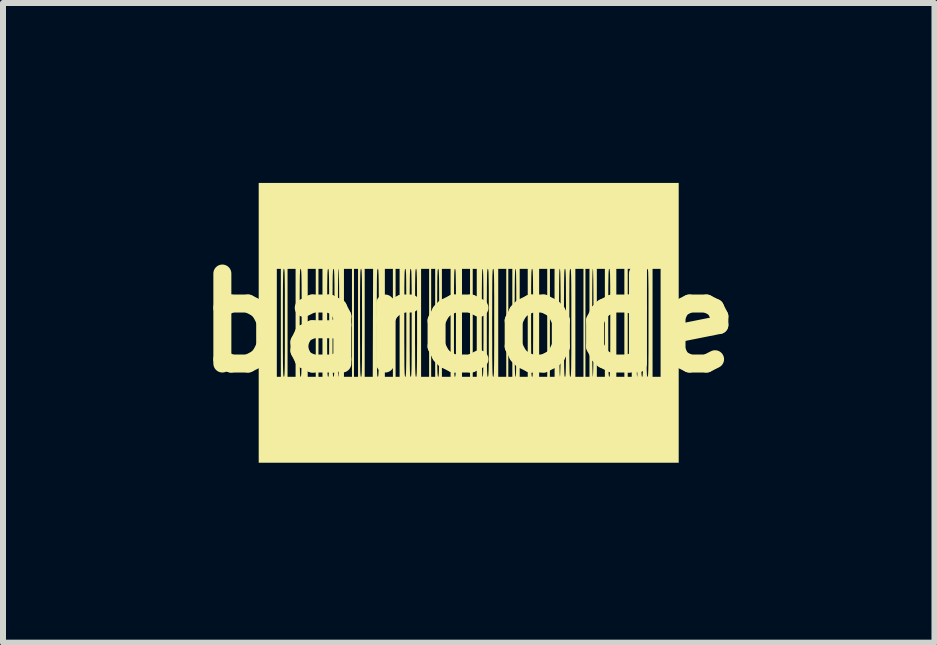
<source format=kicad_pcb>
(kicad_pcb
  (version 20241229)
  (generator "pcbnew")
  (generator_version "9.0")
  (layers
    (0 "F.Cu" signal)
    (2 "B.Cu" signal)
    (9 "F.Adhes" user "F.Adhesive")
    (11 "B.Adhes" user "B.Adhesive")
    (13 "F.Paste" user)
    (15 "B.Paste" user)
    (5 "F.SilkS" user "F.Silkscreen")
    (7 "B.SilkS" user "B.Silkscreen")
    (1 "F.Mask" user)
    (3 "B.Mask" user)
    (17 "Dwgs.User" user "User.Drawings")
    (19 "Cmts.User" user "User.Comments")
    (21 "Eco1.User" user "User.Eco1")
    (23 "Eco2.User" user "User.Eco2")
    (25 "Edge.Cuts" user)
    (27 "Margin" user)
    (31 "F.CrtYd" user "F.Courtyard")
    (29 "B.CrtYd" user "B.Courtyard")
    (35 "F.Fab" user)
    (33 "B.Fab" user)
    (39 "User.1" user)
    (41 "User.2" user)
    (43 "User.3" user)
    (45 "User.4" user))
  (footprint "barcode"
    (layer "F.Cu")
    (at 4.764 2.332)
    (property "Reference" "barcode" (at 0 0 0) (layer "F.SilkS") (effects (font (size 1.5 1.5) (thickness 0.3))))
    (attr board_only exclude_from_pos_files exclude_from_bom)
    (fp_poly (pts (xy 3.501 0) (xy 3.501 2.332) (xy -0.000001 2.332) (xy -3.501 2.332) (xy -3.501 0) (xy -3.199 0) (xy -3.199 0.9) (xy -3.165 0.9) (xy -3.132 0.9) (xy -3.132 0) (xy -3.098 0) (xy -3.098 0.164) (xy -3.098 0.308) (xy -3.098 0.432) (xy -3.097 0.538) (xy -3.097 0.627) (xy -3.096 0.7) (xy -3.095 0.759) (xy -3.094 0.806) (xy -3.092 0.842) (xy -3.091 0.868) (xy -3.088 0.885) (xy -3.086 0.895) (xy -3.083 0.9) (xy -3.081 0.9) (xy -3.078 0.898) (xy -3.076 0.891) (xy -3.073 0.878) (xy -3.071 0.857) (xy -3.07 0.828) (xy -3.068 0.787) (xy -3.067 0.735) (xy -3.066 0.669) (xy -3.066 0.589) (xy -3.065 0.493) (xy -3.065 0.38) (xy -3.065 0.247) (xy -3.065 0.095) (xy -3.065 0) (xy -3.02 0) (xy -3.02 0.9) (xy -2.953 0.9) (xy -2.886 0.9) (xy -2.886 0) (xy -2.818 0) (xy -2.818 0.164) (xy -2.818 0.308) (xy -2.818 0.432) (xy -2.818 0.538) (xy -2.817 0.627) (xy -2.816 0.7) (xy -2.815 0.759) (xy -2.814 0.806) (xy -2.813 0.842) (xy -2.811 0.868) (xy -2.809 0.885) (xy -2.806 0.895) (xy -2.803 0.9) (xy -2.802 0.9) (xy -2.799 0.898) (xy -2.796 0.891) (xy -2.794 0.878) (xy -2.792 0.857) (xy -2.79 0.828) (xy -2.789 0.787) (xy -2.788 0.735) (xy -2.787 0.669) (xy -2.786 0.589) (xy -2.786 0.493) (xy -2.785 0.38) (xy -2.785 0.247) (xy -2.785 0.095) (xy -2.785 0) (xy -2.684 0) (xy -2.684 0.9) (xy -2.617 0.9) (xy -2.55 0.9) (xy -2.55 0) (xy -2.505 0) (xy -2.505 0.9) (xy -2.472 0.9) (xy -2.438 0.9) (xy -2.438 0) (xy -2.36 0) (xy -2.36 0.164) (xy -2.36 0.308) (xy -2.36 0.432) (xy -2.359 0.538) (xy -2.359 0.627) (xy -2.358 0.7) (xy -2.357 0.759) (xy -2.356 0.806) (xy -2.354 0.842) (xy -2.352 0.868) (xy -2.35 0.885) (xy -2.348 0.895) (xy -2.345 0.9) (xy -2.343 0.9) (xy -2.34 0.898) (xy -2.337 0.891) (xy -2.335 0.878) (xy -2.333 0.857) (xy -2.331 0.828) (xy -2.33 0.787) (xy -2.329 0.735) (xy -2.328 0.669) (xy -2.327 0.589) (xy -2.327 0.493) (xy -2.327 0.38) (xy -2.326 0.247) (xy -2.326 0.095) (xy -2.326 0) (xy -2.27 0) (xy -2.27 0.164) (xy -2.27 0.308) (xy -2.27 0.432) (xy -2.27 0.538) (xy -2.269 0.627) (xy -2.268 0.7) (xy -2.267 0.759) (xy -2.266 0.806) (xy -2.265 0.842) (xy -2.263 0.868) (xy -2.261 0.885) (xy -2.258 0.895) (xy -2.255 0.9) (xy -2.254 0.9) (xy -2.251 0.898) (xy -2.248 0.891) (xy -2.246 0.878) (xy -2.244 0.857) (xy -2.242 0.828) (xy -2.241 0.787) (xy -2.24 0.735) (xy -2.239 0.669) (xy -2.238 0.589) (xy -2.238 0.493) (xy -2.237 0.38) (xy -2.237 0.247) (xy -2.237 0.095) (xy -2.237 0) (xy -2.237 -0.016) (xy -2.181 -0.016) (xy -2.181 0) (xy -2.181 0.185) (xy -2.18 0.35) (xy -2.18 0.493) (xy -2.179 0.615) (xy -2.178 0.716) (xy -2.176 0.795) (xy -2.174 0.852) (xy -2.172 0.887) (xy -2.17 0.9) (xy -2.17 0.9) (xy -2.167 0.889) (xy -2.165 0.856) (xy -2.164 0.801) (xy -2.162 0.723) (xy -2.161 0.624) (xy -2.16 0.504) (xy -2.159 0.363) (xy -2.159 0.2) (xy -2.159 0.016) (xy -2.159 0) (xy -2.08 0) (xy -2.08 0.9) (xy -2.013 0.9) (xy -1.946 0.9) (xy -1.946 0) (xy -1.913 0) (xy -1.913 0.9) (xy -1.879 0.9) (xy -1.845 0.9) (xy -1.845 0) (xy -1.812 0) (xy -1.812 0.164) (xy -1.812 0.308) (xy -1.811 0.432) (xy -1.811 0.538) (xy -1.811 0.627) (xy -1.81 0.7) (xy -1.809 0.759) (xy -1.808 0.806) (xy -1.806 0.842) (xy -1.804 0.868) (xy -1.802 0.885) (xy -1.8 0.895) (xy -1.797 0.9) (xy -1.795 0.9) (xy -1.792 0.898) (xy -1.789 0.891) (xy -1.787 0.878) (xy -1.785 0.857) (xy -1.783 0.828) (xy -1.782 0.787) (xy -1.781 0.735) (xy -1.78 0.669) (xy -1.779 0.589) (xy -1.779 0.493) (xy -1.779 0.38) (xy -1.778 0.247) (xy -1.778 0.095) (xy -1.778 0) (xy -1.778 -0.164) (xy -1.779 -0.308) (xy -1.779 -0.432) (xy -1.779 -0.538) (xy -1.78 -0.627) (xy -1.78 -0.7) (xy -1.781 -0.759) (xy -1.783 -0.806) (xy -1.784 -0.842) (xy -1.786 -0.868) (xy -1.788 -0.885) (xy -1.791 -0.895) (xy -1.793 -0.9) (xy -1.795 -0.9) (xy -1.734 -0.9) (xy -1.734 0) (xy -1.734 0.9) (xy -1.667 0.9) (xy -1.6 0.9) (xy -1.597 0) (xy -1.532 0) (xy -1.532 0.164) (xy -1.532 0.308) (xy -1.532 0.432) (xy -1.531 0.538) (xy -1.531 0.627) (xy -1.53 0.7) (xy -1.529 0.759) (xy -1.528 0.806) (xy -1.526 0.842) (xy -1.525 0.868) (xy -1.523 0.885) (xy -1.52 0.895) (xy -1.517 0.9) (xy -1.516 0.9) (xy -1.512 0.898) (xy -1.51 0.891) (xy -1.507 0.878) (xy -1.505 0.857) (xy -1.504 0.828) (xy -1.502 0.787) (xy -1.501 0.735) (xy -1.5 0.669) (xy -1.5 0.589) (xy -1.499 0.493) (xy -1.499 0.38) (xy -1.499 0.247) (xy -1.499 0.095) (xy -1.499 0) (xy -1.398 0) (xy -1.398 0.9) (xy -1.331 0.9) (xy -1.264 0.9) (xy -1.264 0) (xy -1.219 0) (xy -1.219 0.9) (xy -1.186 0.9) (xy -1.152 0.9) (xy -1.152 0) (xy -1.074 0) (xy -1.074 0.164) (xy -1.074 0.308) (xy -1.073 0.432) (xy -1.073 0.538) (xy -1.072 0.627) (xy -1.072 0.7) (xy -1.071 0.759) (xy -1.069 0.806) (xy -1.068 0.842) (xy -1.066 0.868) (xy -1.064 0.885) (xy -1.062 0.895) (xy -1.059 0.9) (xy -1.057 0.9) (xy -1.054 0.898) (xy -1.051 0.891) (xy -1.049 0.878) (xy -1.047 0.857) (xy -1.045 0.828) (xy -1.044 0.787) (xy -1.043 0.735) (xy -1.042 0.669) (xy -1.041 0.589) (xy -1.041 0.493) (xy -1.04 0.38) (xy -1.04 0.247) (xy -1.04 0.095) (xy -1.04 0) (xy -0.984 0) (xy -0.984 0.164) (xy -0.984 0.308) (xy -0.984 0.432) (xy -0.983 0.538) (xy -0.983 0.627) (xy -0.982 0.7) (xy -0.981 0.759) (xy -0.98 0.806) (xy -0.978 0.842) (xy -0.977 0.868) (xy -0.975 0.885) (xy -0.972 0.895) (xy -0.969 0.9) (xy -0.967 0.9) (xy -0.964 0.898) (xy -0.962 0.891) (xy -0.959 0.878) (xy -0.957 0.857) (xy -0.956 0.828) (xy -0.954 0.787) (xy -0.953 0.735) (xy -0.952 0.669) (xy -0.952 0.589) (xy -0.951 0.493) (xy -0.951 0.38) (xy -0.951 0.247) (xy -0.951 0.095) (xy -0.951 0) (xy -0.895 0) (xy -0.895 0.164) (xy -0.895 0.308) (xy -0.894 0.432) (xy -0.894 0.538) (xy -0.893 0.627) (xy -0.893 0.7) (xy -0.892 0.759) (xy -0.89 0.806) (xy -0.889 0.842) (xy -0.887 0.868) (xy -0.885 0.885) (xy -0.883 0.895) (xy -0.88 0.9) (xy -0.878 0.9) (xy -0.875 0.898) (xy -0.872 0.891) (xy -0.87 0.878) (xy -0.868 0.857) (xy -0.866 0.828) (xy -0.865 0.787) (xy -0.864 0.735) (xy -0.863 0.669) (xy -0.862 0.589) (xy -0.862 0.493) (xy -0.861 0.38) (xy -0.861 0.247) (xy -0.861 0.095) (xy -0.861 0) (xy -0.794 0) (xy -0.794 0.9) (xy -0.727 0.9) (xy -0.66 0.9) (xy -0.66 0) (xy -0.626 0) (xy -0.626 0.9) (xy -0.593 0.9) (xy -0.559 0.9) (xy -0.559 0.164) (xy -0.526 0.164) (xy -0.526 0.308) (xy -0.525 0.432) (xy -0.525 0.537) (xy -0.524 0.626) (xy -0.524 0.699) (xy -0.523 0.759) (xy -0.522 0.806) (xy -0.52 0.841) (xy -0.518 0.867) (xy -0.516 0.885) (xy -0.514 0.895) (xy -0.511 0.9) (xy -0.509 0.9) (xy -0.447 0.9) (xy -0.375 0.9) (xy -0.302 0.9) (xy -0.302 0) (xy -0.246 0) (xy -0.246 0.164) (xy -0.246 0.308) (xy -0.246 0.432) (xy -0.245 0.538) (xy -0.245 0.627) (xy -0.244 0.7) (xy -0.243 0.759) (xy -0.242 0.806) (xy -0.24 0.842) (xy -0.238 0.868) (xy -0.236 0.885) (xy -0.234 0.895) (xy -0.231 0.9) (xy -0.229 0.9) (xy -0.226 0.898) (xy -0.224 0.891) (xy -0.221 0.878) (xy -0.219 0.857) (xy -0.218 0.828) (xy -0.216 0.787) (xy -0.215 0.735) (xy -0.214 0.669) (xy -0.214 0.589) (xy -0.213 0.493) (xy -0.213 0.38) (xy -0.213 0.247) (xy -0.213 0.095) (xy -0.213 0) (xy -0.112 0) (xy -0.112 0.9) (xy -0.045 0.9) (xy 0.022 0.9) (xy 0.022 0) (xy 0.067 0) (xy 0.067 0.9) (xy 0.101 0.9) (xy 0.134 0.9) (xy 0.134 0) (xy 0.218 0) (xy 0.218 0.169) (xy 0.218 0.317) (xy 0.219 0.445) (xy 0.219 0.555) (xy 0.22 0.646) (xy 0.221 0.722) (xy 0.222 0.782) (xy 0.224 0.829) (xy 0.225 0.863) (xy 0.227 0.885) (xy 0.23 0.897) (xy 0.232 0.9) (xy 0.235 0.896) (xy 0.237 0.883) (xy 0.239 0.859) (xy 0.241 0.824) (xy 0.242 0.775) (xy 0.243 0.713) (xy 0.244 0.635) (xy 0.245 0.541) (xy 0.245 0.43) (xy 0.246 0.299) (xy 0.246 0.148) (xy 0.246 0) (xy 0.302 0) (xy 0.302 0.164) (xy 0.302 0.308) (xy 0.302 0.432) (xy 0.303 0.538) (xy 0.303 0.627) (xy 0.304 0.7) (xy 0.305 0.759) (xy 0.306 0.806) (xy 0.308 0.842) (xy 0.31 0.868) (xy 0.312 0.885) (xy 0.314 0.895) (xy 0.317 0.9) (xy 0.319 0.9) (xy 0.322 0.898) (xy 0.324 0.891) (xy 0.327 0.878) (xy 0.329 0.857) (xy 0.33 0.828) (xy 0.332 0.787) (xy 0.333 0.735) (xy 0.334 0.669) (xy 0.334 0.589) (xy 0.335 0.493) (xy 0.335 0.38) (xy 0.335 0.247) (xy 0.336 0.095) (xy 0.336 0) (xy 0.391 0) (xy 0.391 0.164) (xy 0.392 0.308) (xy 0.392 0.432) (xy 0.392 0.538) (xy 0.393 0.627) (xy 0.394 0.7) (xy 0.395 0.759) (xy 0.396 0.806) (xy 0.397 0.842) (xy 0.399 0.868) (xy 0.401 0.885) (xy 0.404 0.895) (xy 0.406 0.9) (xy 0.408 0.9) (xy 0.411 0.898) (xy 0.414 0.891) (xy 0.416 0.878) (xy 0.418 0.857) (xy 0.42 0.828) (xy 0.421 0.787) (xy 0.422 0.735) (xy 0.423 0.669) (xy 0.424 0.589) (xy 0.424 0.493) (xy 0.425 0.38) (xy 0.425 0.247) (xy 0.425 0.095) (xy 0.425 0) (xy 0.492 0) (xy 0.492 0.9) (xy 0.559 0.9) (xy 0.626 0.9) (xy 0.626 0) (xy 0.66 0) (xy 0.66 0.9) (xy 0.693 0.9) (xy 0.727 0.9) (xy 0.727 0) (xy 0.766 0) (xy 0.766 0.169) (xy 0.766 0.317) (xy 0.767 0.445) (xy 0.767 0.555) (xy 0.768 0.646) (xy 0.769 0.722) (xy 0.77 0.782) (xy 0.772 0.829) (xy 0.773 0.863) (xy 0.775 0.885) (xy 0.778 0.897) (xy 0.78 0.9) (xy 0.783 0.896) (xy 0.785 0.883) (xy 0.787 0.859) (xy 0.789 0.824) (xy 0.79 0.775) (xy 0.791 0.713) (xy 0.792 0.635) (xy 0.793 0.541) (xy 0.794 0.43) (xy 0.794 0.299) (xy 0.794 0.148) (xy 0.794 0) (xy 0.85 0) (xy 0.85 0.9) (xy 0.917 0.9) (xy 0.984 0.9) (xy 0.984 0) (xy 1.04 0) (xy 1.04 0.164) (xy 1.04 0.308) (xy 1.041 0.432) (xy 1.041 0.538) (xy 1.042 0.627) (xy 1.042 0.7) (xy 1.043 0.759) (xy 1.044 0.806) (xy 1.046 0.842) (xy 1.048 0.868) (xy 1.05 0.885) (xy 1.052 0.895) (xy 1.055 0.9) (xy 1.057 0.9) (xy 1.06 0.898) (xy 1.063 0.891) (xy 1.065 0.878) (xy 1.067 0.857) (xy 1.069 0.828) (xy 1.07 0.787) (xy 1.071 0.735) (xy 1.072 0.669) (xy 1.073 0.589) (xy 1.073 0.493) (xy 1.073 0.38) (xy 1.074 0.247) (xy 1.074 0.095) (xy 1.074 0) (xy 1.174 0) (xy 1.174 0.9) (xy 1.241 0.9) (xy 1.309 0.9) (xy 1.353 0.9) (xy 1.392 0.9) (xy 1.432 0.9) (xy 1.431 0) (xy 1.431 -0.434) (xy 1.506 -0.434) (xy 1.506 -0.304) (xy 1.507 -0.154) (xy 1.507 -0.000001) (xy 1.508 0.18) (xy 1.509 0.342) (xy 1.51 0.483) (xy 1.511 0.605) (xy 1.513 0.706) (xy 1.515 0.787) (xy 1.516 0.846) (xy 1.519 0.884) (xy 1.521 0.9) (xy 1.521 0.9) (xy 1.523 0.889) (xy 1.525 0.856) (xy 1.527 0.801) (xy 1.529 0.725) (xy 1.53 0.628) (xy 1.531 0.51) (xy 1.532 0.372) (xy 1.532 0.213) (xy 1.532 0.036) (xy 1.532 0) (xy 1.588 0) (xy 1.588 0.164) (xy 1.588 0.308) (xy 1.589 0.432) (xy 1.589 0.538) (xy 1.59 0.627) (xy 1.59 0.7) (xy 1.591 0.759) (xy 1.593 0.806) (xy 1.594 0.842) (xy 1.596 0.868) (xy 1.598 0.885) (xy 1.6 0.895) (xy 1.603 0.9) (xy 1.605 0.9) (xy 1.608 0.898) (xy 1.611 0.891) (xy 1.613 0.878) (xy 1.615 0.857) (xy 1.617 0.828) (xy 1.618 0.787) (xy 1.619 0.735) (xy 1.62 0.669) (xy 1.621 0.589) (xy 1.621 0.493) (xy 1.621 0.38) (xy 1.622 0.247) (xy 1.622 0.095) (xy 1.622 0) (xy 1.678 0) (xy 1.678 0.164) (xy 1.678 0.308) (xy 1.678 0.432) (xy 1.678 0.538) (xy 1.679 0.627) (xy 1.68 0.7) (xy 1.681 0.759) (xy 1.682 0.806) (xy 1.683 0.842) (xy 1.685 0.868) (xy 1.687 0.885) (xy 1.69 0.895) (xy 1.693 0.9) (xy 1.694 0.9) (xy 1.698 0.898) (xy 1.7 0.891) (xy 1.702 0.878) (xy 1.704 0.857) (xy 1.706 0.828) (xy 1.707 0.787) (xy 1.709 0.735) (xy 1.709 0.669) (xy 1.71 0.589) (xy 1.711 0.493) (xy 1.711 0.38) (xy 1.711 0.247) (xy 1.711 0.095) (xy 1.711 0) (xy 1.778 0) (xy 1.778 0.9) (xy 1.845 0.9) (xy 1.913 0.9) (xy 1.913 0) (xy 1.946 0) (xy 1.946 0.9) (xy 1.98 0.9) (xy 2.013 0.9) (xy 2.013 0) (xy 2.058 0) (xy 2.058 0.185) (xy 2.058 0.35) (xy 2.059 0.493) (xy 2.06 0.615) (xy 2.061 0.716) (xy 2.063 0.795) (xy 2.065 0.852) (xy 2.067 0.887) (xy 2.069 0.9) (xy 2.069 0.9) (xy 2.071 0.889) (xy 2.073 0.856) (xy 2.075 0.801) (xy 2.077 0.723) (xy 2.078 0.624) (xy 2.079 0.504) (xy 2.08 0.363) (xy 2.08 0.2) (xy 2.08 0.016) (xy 2.08 0) (xy 2.136 0) (xy 2.136 0.9) (xy 2.203 0.9) (xy 2.27 0.9) (xy 2.27 0) (xy 2.326 0) (xy 2.326 0.164) (xy 2.327 0.308) (xy 2.327 0.432) (xy 2.327 0.538) (xy 2.328 0.627) (xy 2.328 0.7) (xy 2.329 0.759) (xy 2.331 0.806) (xy 2.332 0.842) (xy 2.334 0.868) (xy 2.336 0.885) (xy 2.339 0.895) (xy 2.341 0.9) (xy 2.343 0.9) (xy 2.346 0.898) (xy 2.349 0.891) (xy 2.351 0.878) (xy 2.353 0.857) (xy 2.355 0.828) (xy 2.356 0.787) (xy 2.357 0.735) (xy 2.358 0.669) (xy 2.359 0.589) (xy 2.359 0.493) (xy 2.36 0.38) (xy 2.36 0.247) (xy 2.36 0.095) (xy 2.36 0) (xy 2.461 0) (xy 2.461 0.9) (xy 2.528 0.9) (xy 2.595 0.9) (xy 2.595 0) (xy 2.651 0) (xy 2.651 0.9) (xy 2.684 0.9) (xy 2.718 0.9) (xy 2.718 0) (xy 2.796 0) (xy 2.796 0.185) (xy 2.797 0.35) (xy 2.797 0.493) (xy 2.798 0.615) (xy 2.8 0.716) (xy 2.801 0.795) (xy 2.803 0.852) (xy 2.805 0.887) (xy 2.807 0.9) (xy 2.807 0.9) (xy 2.81 0.889) (xy 2.812 0.856) (xy 2.813 0.801) (xy 2.815 0.723) (xy 2.816 0.624) (xy 2.817 0.504) (xy 2.818 0.363) (xy 2.818 0.2) (xy 2.818 0.016) (xy 2.818 0) (xy 2.874 0) (xy 2.874 0.164) (xy 2.875 0.308) (xy 2.875 0.432) (xy 2.875 0.538) (xy 2.876 0.627) (xy 2.877 0.7) (xy 2.877 0.759) (xy 2.879 0.806) (xy 2.88 0.842) (xy 2.882 0.868) (xy 2.884 0.885) (xy 2.887 0.895) (xy 2.889 0.9) (xy 2.891 0.9) (xy 2.894 0.898) (xy 2.897 0.891) (xy 2.899 0.878) (xy 2.901 0.857) (xy 2.903 0.828) (xy 2.904 0.787) (xy 2.905 0.735) (xy 2.906 0.669) (xy 2.907 0.589) (xy 2.907 0.493) (xy 2.908 0.38) (xy 2.908 0.247) (xy 2.908 0.095) (xy 2.908 0) (xy 2.964 0) (xy 2.964 0.164) (xy 2.964 0.308) (xy 2.964 0.432) (xy 2.965 0.538) (xy 2.965 0.627) (xy 2.966 0.7) (xy 2.967 0.759) (xy 2.968 0.806) (xy 2.97 0.842) (xy 2.971 0.868) (xy 2.974 0.885) (xy 2.976 0.895) (xy 2.979 0.9) (xy 2.981 0.9) (xy 2.984 0.898) (xy 2.986 0.891) (xy 2.989 0.878) (xy 2.991 0.857) (xy 2.992 0.828) (xy 2.994 0.787) (xy 2.995 0.735) (xy 2.996 0.669) (xy 2.996 0.589) (xy 2.997 0.493) (xy 2.997 0.38) (xy 2.997 0.247) (xy 2.997 0.095) (xy 2.997 0) (xy 3.065 0) (xy 3.065 0.9) (xy 3.132 0.9) (xy 3.199 0.9) (xy 3.199 0) (xy 3.199 -0.9) (xy 3.132 -0.9) (xy 3.065 -0.9) (xy 3.065 0) (xy 2.997 0) (xy 2.997 -0.164) (xy 2.997 -0.308) (xy 2.997 -0.432) (xy 2.997 -0.538) (xy 2.996 -0.627) (xy 2.995 -0.7) (xy 2.994 -0.759) (xy 2.993 -0.806) (xy 2.992 -0.842) (xy 2.99 -0.868) (xy 2.988 -0.885) (xy 2.985 -0.895) (xy 2.982 -0.9) (xy 2.981 -0.9) (xy 2.978 -0.898) (xy 2.975 -0.891) (xy 2.973 -0.878) (xy 2.971 -0.857) (xy 2.969 -0.828) (xy 2.968 -0.787) (xy 2.967 -0.735) (xy 2.966 -0.669) (xy 2.965 -0.589) (xy 2.965 -0.493) (xy 2.964 -0.38) (xy 2.964 -0.247) (xy 2.964 -0.095) (xy 2.964 0) (xy 2.908 0) (xy 2.908 -0.164) (xy 2.908 -0.308) (xy 2.908 -0.432) (xy 2.907 -0.538) (xy 2.907 -0.627) (xy 2.906 -0.7) (xy 2.905 -0.759) (xy 2.904 -0.806) (xy 2.902 -0.842) (xy 2.9 -0.868) (xy 2.898 -0.885) (xy 2.896 -0.895) (xy 2.893 -0.9) (xy 2.891 -0.9) (xy 2.888 -0.898) (xy 2.885 -0.891) (xy 2.883 -0.878) (xy 2.881 -0.857) (xy 2.88 -0.828) (xy 2.878 -0.787) (xy 2.877 -0.735) (xy 2.876 -0.669) (xy 2.876 -0.589) (xy 2.875 -0.493) (xy 2.875 -0.38) (xy 2.875 -0.247) (xy 2.874 -0.095) (xy 2.874 0) (xy 2.818 0) (xy 2.818 -0.185) (xy 2.818 -0.35) (xy 2.817 -0.493) (xy 2.816 -0.615) (xy 2.815 -0.716) (xy 2.814 -0.795) (xy 2.812 -0.852) (xy 2.81 -0.887) (xy 2.808 -0.9) (xy 2.807 -0.9) (xy 2.805 -0.889) (xy 2.803 -0.856) (xy 2.801 -0.801) (xy 2.8 -0.723) (xy 2.798 -0.624) (xy 2.797 -0.504) (xy 2.797 -0.363) (xy 2.796 -0.2) (xy 2.796 -0.016) (xy 2.796 0) (xy 2.718 0) (xy 2.718 -0.9) (xy 2.684 -0.9) (xy 2.651 -0.9) (xy 2.651 0) (xy 2.595 0) (xy 2.595 -0.9) (xy 2.528 -0.9) (xy 2.461 -0.9) (xy 2.461 0) (xy 2.36 0) (xy 2.36 -0.164) (xy 2.36 -0.308) (xy 2.36 -0.432) (xy 2.359 -0.538) (xy 2.359 -0.627) (xy 2.358 -0.7) (xy 2.357 -0.759) (xy 2.356 -0.806) (xy 2.354 -0.842) (xy 2.352 -0.868) (xy 2.35 -0.885) (xy 2.348 -0.895) (xy 2.345 -0.9) (xy 2.343 -0.9) (xy 2.34 -0.898) (xy 2.337 -0.891) (xy 2.335 -0.878) (xy 2.333 -0.857) (xy 2.331 -0.828) (xy 2.33 -0.787) (xy 2.329 -0.735) (xy 2.328 -0.669) (xy 2.327 -0.589) (xy 2.327 -0.493) (xy 2.327 -0.38) (xy 2.326 -0.247) (xy 2.326 -0.095) (xy 2.326 0) (xy 2.27 0) (xy 2.27 -0.9) (xy 2.203 -0.9) (xy 2.136 -0.9) (xy 2.136 0) (xy 2.08 0) (xy 2.08 -0.185) (xy 2.08 -0.35) (xy 2.079 -0.493) (xy 2.078 -0.615) (xy 2.077 -0.716) (xy 2.075 -0.795) (xy 2.074 -0.852) (xy 2.072 -0.887) (xy 2.069 -0.9) (xy 2.069 -0.9) (xy 2.067 -0.889) (xy 2.065 -0.856) (xy 2.063 -0.801) (xy 2.061 -0.723) (xy 2.06 -0.624) (xy 2.059 -0.504) (xy 2.059 -0.363) (xy 2.058 -0.2) (xy 2.058 -0.016) (xy 2.058 0) (xy 2.013 0) (xy 2.013 -0.9) (xy 1.98 -0.9) (xy 1.946 -0.9) (xy 1.946 0) (xy 1.913 0) (xy 1.913 -0.9) (xy 1.845 -0.9) (xy 1.778 -0.9) (xy 1.778 0) (xy 1.711 0) (xy 1.711 -0.164) (xy 1.711 -0.308) (xy 1.711 -0.432) (xy 1.71 -0.538) (xy 1.71 -0.627) (xy 1.709 -0.7) (xy 1.708 -0.759) (xy 1.707 -0.806) (xy 1.705 -0.842) (xy 1.704 -0.868) (xy 1.702 -0.885) (xy 1.699 -0.895) (xy 1.696 -0.9) (xy 1.694 -0.9) (xy 1.691 -0.898) (xy 1.689 -0.891) (xy 1.686 -0.878) (xy 1.684 -0.857) (xy 1.683 -0.828) (xy 1.681 -0.787) (xy 1.68 -0.735) (xy 1.679 -0.669) (xy 1.679 -0.589) (xy 1.678 -0.493) (xy 1.678 -0.38) (xy 1.678 -0.247) (xy 1.678 -0.095) (xy 1.678 0) (xy 1.622 0) (xy 1.622 -0.164) (xy 1.622 -0.308) (xy 1.621 -0.432) (xy 1.621 -0.538) (xy 1.62 -0.627) (xy 1.62 -0.7) (xy 1.619 -0.759) (xy 1.617 -0.806) (xy 1.616 -0.842) (xy 1.614 -0.868) (xy 1.612 -0.885) (xy 1.61 -0.895) (xy 1.607 -0.9) (xy 1.605 -0.9) (xy 1.602 -0.898) (xy 1.599 -0.891) (xy 1.597 -0.878) (xy 1.595 -0.857) (xy 1.593 -0.828) (xy 1.592 -0.787) (xy 1.591 -0.735) (xy 1.59 -0.669) (xy 1.589 -0.589) (xy 1.589 -0.493) (xy 1.588 -0.38) (xy 1.588 -0.247) (xy 1.588 -0.095) (xy 1.588 0) (xy 1.532 0) (xy 1.532 -0.169) (xy 1.532 -0.317) (xy 1.532 -0.445) (xy 1.531 -0.555) (xy 1.53 -0.646) (xy 1.529 -0.722) (xy 1.528 -0.782) (xy 1.527 -0.829) (xy 1.525 -0.863) (xy 1.523 -0.885) (xy 1.521 -0.897) (xy 1.518 -0.9) (xy 1.516 -0.896) (xy 1.513 -0.883) (xy 1.512 -0.859) (xy 1.51 -0.824) (xy 1.509 -0.777) (xy 1.508 -0.715) (xy 1.507 -0.638) (xy 1.507 -0.545) (xy 1.506 -0.434) (xy 1.431 -0.434) (xy 1.431 -0.9) (xy 1.393 -0.9) (xy 1.354 -0.9) (xy 1.354 0) (xy 1.353 0.9) (xy 1.309 0.9) (xy 1.309 0) (xy 1.309 -0.9) (xy 1.241 -0.9) (xy 1.174 -0.9) (xy 1.174 0) (xy 1.074 0) (xy 1.074 -0.164) (xy 1.074 -0.308) (xy 1.073 -0.432) (xy 1.073 -0.538) (xy 1.072 -0.627) (xy 1.072 -0.7) (xy 1.071 -0.759) (xy 1.069 -0.806) (xy 1.068 -0.842) (xy 1.066 -0.868) (xy 1.064 -0.885) (xy 1.062 -0.895) (xy 1.059 -0.9) (xy 1.057 -0.9) (xy 1.054 -0.898) (xy 1.051 -0.891) (xy 1.049 -0.878) (xy 1.047 -0.857) (xy 1.045 -0.828) (xy 1.044 -0.787) (xy 1.043 -0.735) (xy 1.042 -0.669) (xy 1.041 -0.589) (xy 1.041 -0.493) (xy 1.04 -0.38) (xy 1.04 -0.247) (xy 1.04 -0.095) (xy 1.04 0) (xy 0.984 0) (xy 0.984 -0.9) (xy 0.917 -0.9) (xy 0.85 -0.9) (xy 0.85 0) (xy 0.794 0) (xy 0.794 -0.169) (xy 0.794 -0.317) (xy 0.793 -0.445) (xy 0.793 -0.555) (xy 0.792 -0.646) (xy 0.791 -0.722) (xy 0.79 -0.782) (xy 0.789 -0.829) (xy 0.787 -0.863) (xy 0.785 -0.885) (xy 0.782 -0.897) (xy 0.78 -0.9) (xy 0.777 -0.896) (xy 0.775 -0.883) (xy 0.773 -0.859) (xy 0.772 -0.824) (xy 0.77 -0.775) (xy 0.769 -0.713) (xy 0.768 -0.635) (xy 0.767 -0.541) (xy 0.767 -0.43) (xy 0.766 -0.299) (xy 0.766 -0.148) (xy 0.766 0) (xy 0.727 0) (xy 0.727 -0.9) (xy 0.693 -0.9) (xy 0.66 -0.9) (xy 0.66 0) (xy 0.626 0) (xy 0.626 -0.9) (xy 0.559 -0.9) (xy 0.492 -0.9) (xy 0.492 0) (xy 0.425 0) (xy 0.425 -0.164) (xy 0.425 -0.308) (xy 0.425 -0.432) (xy 0.424 -0.538) (xy 0.424 -0.627) (xy 0.423 -0.7) (xy 0.422 -0.759) (xy 0.421 -0.806) (xy 0.419 -0.842) (xy 0.417 -0.868) (xy 0.415 -0.885) (xy 0.413 -0.895) (xy 0.41 -0.9) (xy 0.408 -0.9) (xy 0.405 -0.898) (xy 0.402 -0.891) (xy 0.4 -0.878) (xy 0.398 -0.857) (xy 0.397 -0.828) (xy 0.395 -0.787) (xy 0.394 -0.735) (xy 0.393 -0.669) (xy 0.393 -0.589) (xy 0.392 -0.493) (xy 0.392 -0.38) (xy 0.392 -0.247) (xy 0.391 -0.095) (xy 0.391 0) (xy 0.336 0) (xy 0.335 -0.164) (xy 0.335 -0.308) (xy 0.335 -0.432) (xy 0.335 -0.538) (xy 0.334 -0.627) (xy 0.333 -0.7) (xy 0.332 -0.759) (xy 0.331 -0.806) (xy 0.33 -0.842) (xy 0.328 -0.868) (xy 0.326 -0.885) (xy 0.323 -0.895) (xy 0.321 -0.9) (xy 0.319 -0.9) (xy 0.316 -0.898) (xy 0.313 -0.891) (xy 0.311 -0.878) (xy 0.309 -0.857) (xy 0.307 -0.828) (xy 0.306 -0.787) (xy 0.305 -0.735) (xy 0.304 -0.669) (xy 0.303 -0.589) (xy 0.303 -0.493) (xy 0.302 -0.38) (xy 0.302 -0.247) (xy 0.302 -0.095) (xy 0.302 0) (xy 0.246 0) (xy 0.246 -0.169) (xy 0.246 -0.317) (xy 0.245 -0.445) (xy 0.245 -0.555) (xy 0.244 -0.646) (xy 0.243 -0.722) (xy 0.242 -0.782) (xy 0.24 -0.829) (xy 0.239 -0.863) (xy 0.237 -0.885) (xy 0.234 -0.897) (xy 0.232 -0.9) (xy 0.229 -0.896) (xy 0.227 -0.883) (xy 0.225 -0.859) (xy 0.223 -0.824) (xy 0.222 -0.775) (xy 0.221 -0.713) (xy 0.22 -0.635) (xy 0.219 -0.541) (xy 0.219 -0.43) (xy 0.218 -0.299) (xy 0.218 -0.148) (xy 0.218 0) (xy 0.134 0) (xy 0.134 -0.9) (xy 0.101 -0.9) (xy 0.067 -0.9) (xy 0.067 0) (xy 0.022 0) (xy 0.022 -0.9) (xy -0.045 -0.9) (xy -0.112 -0.9) (xy -0.112 0) (xy -0.213 0) (xy -0.213 -0.164) (xy -0.213 -0.308) (xy -0.213 -0.432) (xy -0.213 -0.538) (xy -0.214 -0.627) (xy -0.215 -0.7) (xy -0.216 -0.759) (xy -0.217 -0.806) (xy -0.218 -0.842) (xy -0.22 -0.868) (xy -0.222 -0.885) (xy -0.225 -0.895) (xy -0.228 -0.9) (xy -0.229 -0.9) (xy -0.232 -0.898) (xy -0.235 -0.891) (xy -0.237 -0.878) (xy -0.239 -0.857) (xy -0.241 -0.828) (xy -0.242 -0.787) (xy -0.243 -0.735) (xy -0.244 -0.669) (xy -0.245 -0.589) (xy -0.245 -0.493) (xy -0.246 -0.38) (xy -0.246 -0.247) (xy -0.246 -0.095) (xy -0.246 0) (xy -0.302 0) (xy -0.302 -0.9) (xy -0.374 -0.9) (xy -0.447 -0.9) (xy -0.447 0) (xy -0.447 0.9) (xy -0.509 0.9) (xy -0.506 0.898) (xy -0.503 0.892) (xy -0.501 0.879) (xy -0.499 0.858) (xy -0.497 0.829) (xy -0.496 0.789) (xy -0.495 0.738) (xy -0.494 0.673) (xy -0.493 0.594) (xy -0.493 0.499) (xy -0.492 0.386) (xy -0.492 0.255) (xy -0.492 0.104) (xy -0.492 0) (xy -0.492 -0.165) (xy -0.492 -0.308) (xy -0.493 -0.433) (xy -0.493 -0.538) (xy -0.494 -0.627) (xy -0.494 -0.701) (xy -0.495 -0.761) (xy -0.497 -0.808) (xy -0.498 -0.843) (xy -0.5 -0.869) (xy -0.502 -0.886) (xy -0.504 -0.896) (xy -0.507 -0.9) (xy -0.509 -0.9) (xy -0.512 -0.898) (xy -0.514 -0.891) (xy -0.517 -0.877) (xy -0.519 -0.855) (xy -0.52 -0.824) (xy -0.522 -0.782) (xy -0.523 -0.728) (xy -0.524 -0.661) (xy -0.524 -0.579) (xy -0.525 -0.48) (xy -0.525 -0.364) (xy -0.525 -0.229) (xy -0.526 -0.074) (xy -0.526 0) (xy -0.526 0.164) (xy -0.559 0.164) (xy -0.559 0) (xy -0.559 -0.9) (xy -0.593 -0.9) (xy -0.626 -0.9) (xy -0.626 0) (xy -0.66 0) (xy -0.66 -0.9) (xy -0.727 -0.9) (xy -0.794 -0.9) (xy -0.794 0) (xy -0.861 0) (xy -0.861 -0.164) (xy -0.861 -0.308) (xy -0.862 -0.432) (xy -0.862 -0.538) (xy -0.863 -0.627) (xy -0.863 -0.7) (xy -0.864 -0.759) (xy -0.866 -0.806) (xy -0.867 -0.842) (xy -0.869 -0.868) (xy -0.871 -0.885) (xy -0.873 -0.895) (xy -0.876 -0.9) (xy -0.878 -0.9) (xy -0.881 -0.898) (xy -0.884 -0.891) (xy -0.886 -0.878) (xy -0.888 -0.857) (xy -0.89 -0.828) (xy -0.891 -0.787) (xy -0.892 -0.735) (xy -0.893 -0.669) (xy -0.894 -0.589) (xy -0.894 -0.493) (xy -0.894 -0.38) (xy -0.895 -0.247) (xy -0.895 -0.095) (xy -0.895 0) (xy -0.951 0) (xy -0.951 -0.164) (xy -0.951 -0.308) (xy -0.951 -0.432) (xy -0.951 -0.538) (xy -0.952 -0.627) (xy -0.953 -0.7) (xy -0.954 -0.759) (xy -0.955 -0.806) (xy -0.956 -0.842) (xy -0.958 -0.868) (xy -0.96 -0.885) (xy -0.963 -0.895) (xy -0.966 -0.9) (xy -0.967 -0.9) (xy -0.971 -0.898) (xy -0.973 -0.891) (xy -0.976 -0.878) (xy -0.977 -0.857) (xy -0.979 -0.828) (xy -0.981 -0.787) (xy -0.982 -0.735) (xy -0.982 -0.669) (xy -0.983 -0.589) (xy -0.984 -0.493) (xy -0.984 -0.38) (xy -0.984 -0.247) (xy -0.984 -0.095) (xy -0.984 0) (xy -1.04 0) (xy -1.04 -0.164) (xy -1.04 -0.308) (xy -1.041 -0.432) (xy -1.041 -0.538) (xy -1.042 -0.627) (xy -1.042 -0.7) (xy -1.043 -0.759) (xy -1.044 -0.806) (xy -1.046 -0.842) (xy -1.048 -0.868) (xy -1.05 -0.885) (xy -1.052 -0.895) (xy -1.055 -0.9) (xy -1.057 -0.9) (xy -1.06 -0.898) (xy -1.063 -0.891) (xy -1.065 -0.878) (xy -1.067 -0.857) (xy -1.069 -0.828) (xy -1.07 -0.787) (xy -1.071 -0.735) (xy -1.072 -0.669) (xy -1.073 -0.589) (xy -1.073 -0.493) (xy -1.073 -0.38) (xy -1.074 -0.247) (xy -1.074 -0.095) (xy -1.074 0) (xy -1.152 0) (xy -1.152 -0.9) (xy -1.186 -0.9) (xy -1.219 -0.9) (xy -1.219 0) (xy -1.264 0) (xy -1.264 -0.9) (xy -1.331 -0.9) (xy -1.398 -0.9) (xy -1.398 0) (xy -1.499 0) (xy -1.499 -0.164) (xy -1.499 -0.308) (xy -1.499 -0.432) (xy -1.5 -0.538) (xy -1.5 -0.627) (xy -1.501 -0.7) (xy -1.502 -0.759) (xy -1.503 -0.806) (xy -1.505 -0.842) (xy -1.506 -0.868) (xy -1.508 -0.885) (xy -1.511 -0.895) (xy -1.514 -0.9) (xy -1.516 -0.9) (xy -1.519 -0.898) (xy -1.521 -0.891) (xy -1.524 -0.878) (xy -1.526 -0.857) (xy -1.527 -0.828) (xy -1.529 -0.787) (xy -1.53 -0.735) (xy -1.531 -0.669) (xy -1.531 -0.589) (xy -1.532 -0.493) (xy -1.532 -0.38) (xy -1.532 -0.247) (xy -1.532 -0.095) (xy -1.532 0) (xy -1.597 0) (xy -1.597 -0.000001) (xy -1.594 -0.9) (xy -1.664 -0.9) (xy -1.734 -0.9) (xy -1.795 -0.9) (xy -1.798 -0.898) (xy -1.801 -0.891) (xy -1.803 -0.878) (xy -1.805 -0.857) (xy -1.807 -0.828) (xy -1.808 -0.787) (xy -1.809 -0.735) (xy -1.81 -0.669) (xy -1.811 -0.589) (xy -1.811 -0.493) (xy -1.812 -0.38) (xy -1.812 -0.247) (xy -1.812 -0.095) (xy -1.812 0) (xy -1.845 0) (xy -1.845 -0.9) (xy -1.879 -0.9) (xy -1.913 -0.9) (xy -1.913 0) (xy -1.946 0) (xy -1.946 -0.9) (xy -2.013 -0.9) (xy -2.08 -0.9) (xy -2.08 0) (xy -2.159 0) (xy -2.159 -0.185) (xy -2.159 -0.35) (xy -2.16 -0.493) (xy -2.161 -0.615) (xy -2.162 -0.716) (xy -2.164 -0.795) (xy -2.165 -0.852) (xy -2.167 -0.887) (xy -2.17 -0.9) (xy -2.17 -0.9) (xy -2.172 -0.889) (xy -2.174 -0.856) (xy -2.176 -0.801) (xy -2.177 -0.723) (xy -2.179 -0.624) (xy -2.18 -0.504) (xy -2.18 -0.363) (xy -2.181 -0.2) (xy -2.181 -0.016) (xy -2.237 -0.016) (xy -2.237 -0.164) (xy -2.237 -0.308) (xy -2.237 -0.432) (xy -2.238 -0.538) (xy -2.238 -0.627) (xy -2.239 -0.7) (xy -2.24 -0.759) (xy -2.241 -0.806) (xy -2.243 -0.842) (xy -2.244 -0.868) (xy -2.247 -0.885) (xy -2.249 -0.895) (xy -2.252 -0.9) (xy -2.254 -0.9) (xy -2.257 -0.898) (xy -2.259 -0.891) (xy -2.262 -0.878) (xy -2.264 -0.857) (xy -2.265 -0.828) (xy -2.267 -0.787) (xy -2.268 -0.735) (xy -2.269 -0.669) (xy -2.269 -0.589) (xy -2.27 -0.493) (xy -2.27 -0.38) (xy -2.27 -0.247) (xy -2.27 -0.095) (xy -2.27 0) (xy -2.326 0) (xy -2.326 -0.164) (xy -2.327 -0.308) (xy -2.327 -0.432) (xy -2.327 -0.538) (xy -2.328 -0.627) (xy -2.328 -0.7) (xy -2.329 -0.759) (xy -2.331 -0.806) (xy -2.332 -0.842) (xy -2.334 -0.868) (xy -2.336 -0.885) (xy -2.339 -0.895) (xy -2.341 -0.9) (xy -2.343 -0.9) (xy -2.346 -0.898) (xy -2.349 -0.891) (xy -2.351 -0.878) (xy -2.353 -0.857) (xy -2.355 -0.828) (xy -2.356 -0.787) (xy -2.357 -0.735) (xy -2.358 -0.669) (xy -2.359 -0.589) (xy -2.359 -0.493) (xy -2.36 -0.38) (xy -2.36 -0.247) (xy -2.36 -0.095) (xy -2.36 0) (xy -2.438 0) (xy -2.438 -0.9) (xy -2.472 -0.9) (xy -2.505 -0.9) (xy -2.505 0) (xy -2.55 0) (xy -2.55 -0.9) (xy -2.617 -0.9) (xy -2.684 -0.9) (xy -2.684 0) (xy -2.785 0) (xy -2.785 -0.164) (xy -2.785 -0.308) (xy -2.785 -0.432) (xy -2.786 -0.538) (xy -2.786 -0.627) (xy -2.787 -0.7) (xy -2.788 -0.759) (xy -2.789 -0.806) (xy -2.791 -0.842) (xy -2.793 -0.868) (xy -2.795 -0.885) (xy -2.797 -0.895) (xy -2.8 -0.9) (xy -2.802 -0.9) (xy -2.805 -0.898) (xy -2.807 -0.891) (xy -2.81 -0.878) (xy -2.812 -0.857) (xy -2.813 -0.828) (xy -2.815 -0.787) (xy -2.816 -0.735) (xy -2.817 -0.669) (xy -2.817 -0.589) (xy -2.818 -0.493) (xy -2.818 -0.38) (xy -2.818 -0.247) (xy -2.818 -0.095) (xy -2.818 0) (xy -2.886 0) (xy -2.886 -0.9) (xy -2.953 -0.9) (xy -3.02 -0.9) (xy -3.02 0) (xy -3.065 0) (xy -3.065 -0.164) (xy -3.065 -0.308) (xy -3.065 -0.432) (xy -3.065 -0.538) (xy -3.066 -0.627) (xy -3.067 -0.7) (xy -3.068 -0.759) (xy -3.069 -0.806) (xy -3.07 -0.842) (xy -3.072 -0.868) (xy -3.074 -0.885) (xy -3.077 -0.895) (xy -3.08 -0.9) (xy -3.081 -0.9) (xy -3.084 -0.898) (xy -3.087 -0.891) (xy -3.089 -0.878) (xy -3.091 -0.857) (xy -3.093 -0.828) (xy -3.094 -0.787) (xy -3.095 -0.735) (xy -3.096 -0.669) (xy -3.097 -0.589) (xy -3.097 -0.493) (xy -3.098 -0.38) (xy -3.098 -0.247) (xy -3.098 -0.095) (xy -3.098 0) (xy -3.132 0) (xy -3.132 -0.9) (xy -3.165 -0.9) (xy -3.199 -0.9) (xy -3.199 0) (xy -3.501 0) (xy -3.501 -2.332) (xy -0.000001 -2.332) (xy 3.501 -2.332)) (stroke (width 0) (type solid)) (fill yes) (layer "F.SilkS")))
  (gr_rect
    (start -3 -3)
    (end 12.529 7.664)
    (stroke (width 0.1) (type default))
    (fill no)
    (layer "Edge.Cuts")))
</source>
